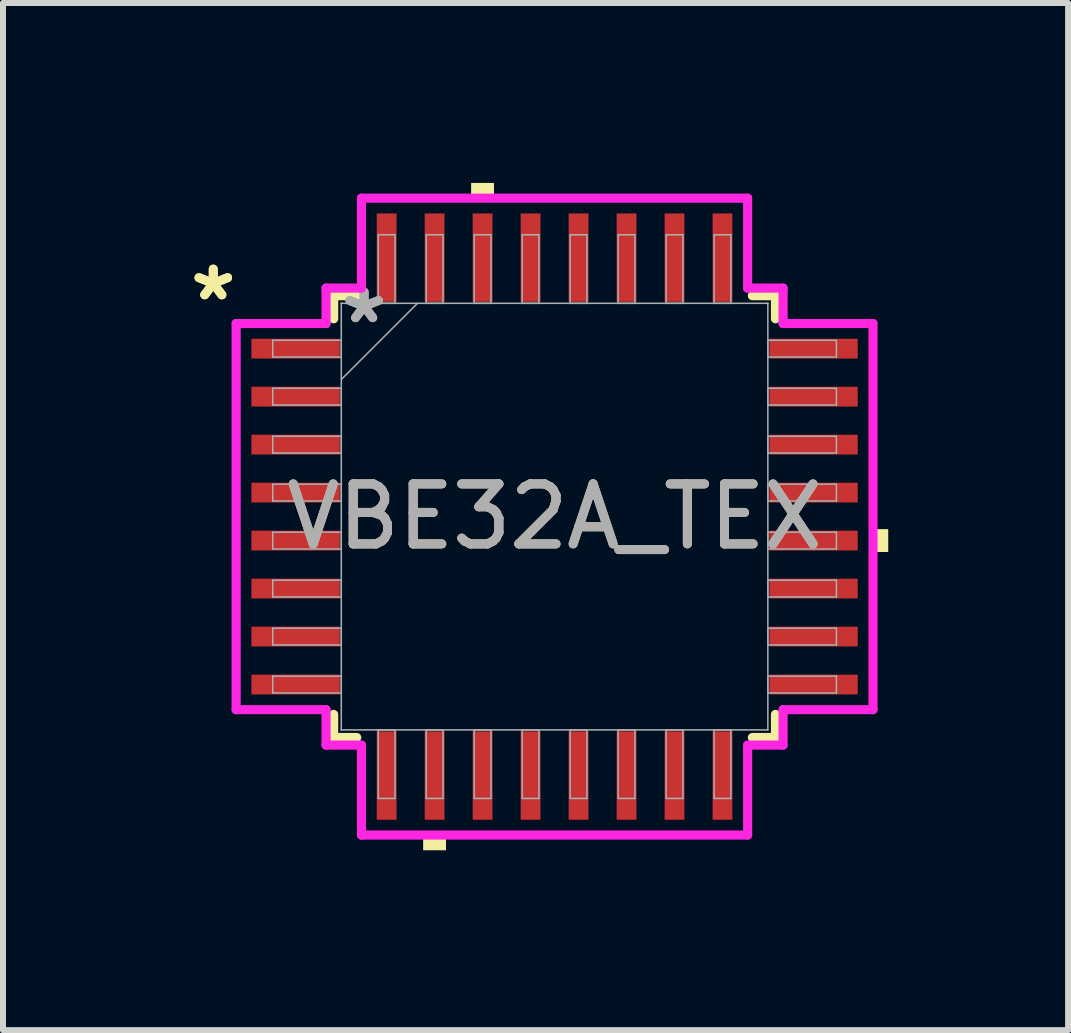
<source format=kicad_pcb>
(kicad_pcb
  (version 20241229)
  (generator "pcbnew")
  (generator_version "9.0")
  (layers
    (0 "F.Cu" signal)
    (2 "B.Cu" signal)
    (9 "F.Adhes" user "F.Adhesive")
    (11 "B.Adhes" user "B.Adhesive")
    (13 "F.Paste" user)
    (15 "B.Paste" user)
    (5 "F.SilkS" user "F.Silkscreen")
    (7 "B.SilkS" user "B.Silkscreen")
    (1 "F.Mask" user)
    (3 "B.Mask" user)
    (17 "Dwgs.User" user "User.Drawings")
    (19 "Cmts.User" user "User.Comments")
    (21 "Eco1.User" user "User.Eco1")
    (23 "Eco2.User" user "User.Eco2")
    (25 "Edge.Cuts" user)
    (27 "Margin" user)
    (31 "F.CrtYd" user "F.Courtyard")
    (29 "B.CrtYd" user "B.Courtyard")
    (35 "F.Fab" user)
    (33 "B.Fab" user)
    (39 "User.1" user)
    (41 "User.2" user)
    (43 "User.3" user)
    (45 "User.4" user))
  (footprint "VBE32A_TEX"
    (layer "F.Cu")
    (at 6.196 5.563)
    (property "Reference" "VBE32A_TEX" (at 0 0 0) (unlocked yes) (layer "F.SilkS") (effects (font (size 1 1) (thickness 0.15))))
    (attr smd)
    (fp_line (start -3.683 -3.683) (end -3.683 -3.298) (stroke (width 0.152) (type solid)) (layer "F.SilkS"))
    (fp_line (start -3.683 3.298) (end -3.683 3.683) (stroke (width 0.152) (type solid)) (layer "F.SilkS"))
    (fp_line (start -3.683 3.683) (end -3.298 3.683) (stroke (width 0.152) (type solid)) (layer "F.SilkS"))
    (fp_line (start -3.298 -3.683) (end -3.683 -3.683) (stroke (width 0.152) (type solid)) (layer "F.SilkS"))
    (fp_line (start 3.298 3.683) (end 3.683 3.683) (stroke (width 0.152) (type solid)) (layer "F.SilkS"))
    (fp_line (start 3.683 -3.683) (end 3.298 -3.683) (stroke (width 0.152) (type solid)) (layer "F.SilkS"))
    (fp_line (start 3.683 -3.298) (end 3.683 -3.683) (stroke (width 0.152) (type solid)) (layer "F.SilkS"))
    (fp_line (start 3.683 3.683) (end 3.683 3.298) (stroke (width 0.152) (type solid)) (layer "F.SilkS"))
    (fp_poly (pts (xy -2.191 5.309) (xy -2.191 5.563) (xy -1.81 5.563) (xy -1.81 5.309)) (stroke (width 0) (type solid)) (fill yes) (layer "F.SilkS"))
    (fp_poly (pts (xy -1.391 -5.309) (xy -1.391 -5.563) (xy -1.01 -5.563) (xy -1.01 -5.309)) (stroke (width 0) (type solid)) (fill yes) (layer "F.SilkS"))
    (fp_poly (pts (xy 5.563 0.209) (xy 5.563 0.59) (xy 5.309 0.59) (xy 5.309 0.209)) (stroke (width 0) (type solid)) (fill yes) (layer "F.SilkS"))
    (fp_line (start -5.309 -3.219) (end -3.81 -3.219) (stroke (width 0.152) (type solid)) (layer "F.CrtYd"))
    (fp_line (start -5.309 3.219) (end -5.309 -3.219) (stroke (width 0.152) (type solid)) (layer "F.CrtYd"))
    (fp_line (start -3.81 -3.81) (end -3.219 -3.81) (stroke (width 0.152) (type solid)) (layer "F.CrtYd"))
    (fp_line (start -3.81 -3.219) (end -3.81 -3.81) (stroke (width 0.152) (type solid)) (layer "F.CrtYd"))
    (fp_line (start -3.81 3.219) (end -5.309 3.219) (stroke (width 0.152) (type solid)) (layer "F.CrtYd"))
    (fp_line (start -3.81 3.81) (end -3.81 3.219) (stroke (width 0.152) (type solid)) (layer "F.CrtYd"))
    (fp_line (start -3.81 3.81) (end -3.219 3.81) (stroke (width 0.152) (type solid)) (layer "F.CrtYd"))
    (fp_line (start -3.219 -5.309) (end 3.219 -5.309) (stroke (width 0.152) (type solid)) (layer "F.CrtYd"))
    (fp_line (start -3.219 -3.81) (end -3.219 -5.309) (stroke (width 0.152) (type solid)) (layer "F.CrtYd"))
    (fp_line (start -3.219 3.81) (end -3.219 5.309) (stroke (width 0.152) (type solid)) (layer "F.CrtYd"))
    (fp_line (start -3.219 5.309) (end 3.219 5.309) (stroke (width 0.152) (type solid)) (layer "F.CrtYd"))
    (fp_line (start 3.219 -5.309) (end 3.219 -3.81) (stroke (width 0.152) (type solid)) (layer "F.CrtYd"))
    (fp_line (start 3.219 -3.81) (end 3.81 -3.81) (stroke (width 0.152) (type solid)) (layer "F.CrtYd"))
    (fp_line (start 3.219 3.81) (end 3.81 3.81) (stroke (width 0.152) (type solid)) (layer "F.CrtYd"))
    (fp_line (start 3.219 5.309) (end 3.219 3.81) (stroke (width 0.152) (type solid)) (layer "F.CrtYd"))
    (fp_line (start 3.81 -3.219) (end 3.81 -3.81) (stroke (width 0.152) (type solid)) (layer "F.CrtYd"))
    (fp_line (start 3.81 3.219) (end 5.309 3.219) (stroke (width 0.152) (type solid)) (layer "F.CrtYd"))
    (fp_line (start 3.81 3.81) (end 3.81 3.219) (stroke (width 0.152) (type solid)) (layer "F.CrtYd"))
    (fp_line (start 5.309 -3.219) (end 3.81 -3.219) (stroke (width 0.152) (type solid)) (layer "F.CrtYd"))
    (fp_line (start 5.309 3.219) (end 5.309 -3.219) (stroke (width 0.152) (type solid)) (layer "F.CrtYd"))
    (fp_line (start -4.699 -2.94) (end -4.699 -2.66) (stroke (width 0.025) (type solid)) (layer "F.Fab"))
    (fp_line (start -4.699 -2.66) (end -3.556 -2.66) (stroke (width 0.025) (type solid)) (layer "F.Fab"))
    (fp_line (start -4.699 -2.14) (end -4.699 -1.86) (stroke (width 0.025) (type solid)) (layer "F.Fab"))
    (fp_line (start -4.699 -1.86) (end -3.556 -1.86) (stroke (width 0.025) (type solid)) (layer "F.Fab"))
    (fp_line (start -4.699 -1.34) (end -4.699 -1.06) (stroke (width 0.025) (type solid)) (layer "F.Fab"))
    (fp_line (start -4.699 -1.06) (end -3.556 -1.06) (stroke (width 0.025) (type solid)) (layer "F.Fab"))
    (fp_line (start -4.699 -0.54) (end -4.699 -0.26) (stroke (width 0.025) (type solid)) (layer "F.Fab"))
    (fp_line (start -4.699 -0.26) (end -3.556 -0.26) (stroke (width 0.025) (type solid)) (layer "F.Fab"))
    (fp_line (start -4.699 0.26) (end -4.699 0.54) (stroke (width 0.025) (type solid)) (layer "F.Fab"))
    (fp_line (start -4.699 0.54) (end -3.556 0.54) (stroke (width 0.025) (type solid)) (layer "F.Fab"))
    (fp_line (start -4.699 1.06) (end -4.699 1.34) (stroke (width 0.025) (type solid)) (layer "F.Fab"))
    (fp_line (start -4.699 1.34) (end -3.556 1.34) (stroke (width 0.025) (type solid)) (layer "F.Fab"))
    (fp_line (start -4.699 1.86) (end -4.699 2.14) (stroke (width 0.025) (type solid)) (layer "F.Fab"))
    (fp_line (start -4.699 2.14) (end -3.556 2.14) (stroke (width 0.025) (type solid)) (layer "F.Fab"))
    (fp_line (start -4.699 2.66) (end -4.699 2.94) (stroke (width 0.025) (type solid)) (layer "F.Fab"))
    (fp_line (start -4.699 2.94) (end -3.556 2.94) (stroke (width 0.025) (type solid)) (layer "F.Fab"))
    (fp_line (start -3.556 -3.556) (end -3.556 -3.556) (stroke (width 0.025) (type solid)) (layer "F.Fab"))
    (fp_line (start -3.556 -3.556) (end -3.556 3.556) (stroke (width 0.025) (type solid)) (layer "F.Fab"))
    (fp_line (start -3.556 -2.94) (end -4.699 -2.94) (stroke (width 0.025) (type solid)) (layer "F.Fab"))
    (fp_line (start -3.556 -2.66) (end -3.556 -2.94) (stroke (width 0.025) (type solid)) (layer "F.Fab"))
    (fp_line (start -3.556 -2.286) (end -2.286 -3.556) (stroke (width 0.025) (type solid)) (layer "F.Fab"))
    (fp_line (start -3.556 -2.14) (end -4.699 -2.14) (stroke (width 0.025) (type solid)) (layer "F.Fab"))
    (fp_line (start -3.556 -1.86) (end -3.556 -2.14) (stroke (width 0.025) (type solid)) (layer "F.Fab"))
    (fp_line (start -3.556 -1.34) (end -4.699 -1.34) (stroke (width 0.025) (type solid)) (layer "F.Fab"))
    (fp_line (start -3.556 -1.06) (end -3.556 -1.34) (stroke (width 0.025) (type solid)) (layer "F.Fab"))
    (fp_line (start -3.556 -0.54) (end -4.699 -0.54) (stroke (width 0.025) (type solid)) (layer "F.Fab"))
    (fp_line (start -3.556 -0.26) (end -3.556 -0.54) (stroke (width 0.025) (type solid)) (layer "F.Fab"))
    (fp_line (start -3.556 0.26) (end -4.699 0.26) (stroke (width 0.025) (type solid)) (layer "F.Fab"))
    (fp_line (start -3.556 0.54) (end -3.556 0.26) (stroke (width 0.025) (type solid)) (layer "F.Fab"))
    (fp_line (start -3.556 1.06) (end -4.699 1.06) (stroke (width 0.025) (type solid)) (layer "F.Fab"))
    (fp_line (start -3.556 1.34) (end -3.556 1.06) (stroke (width 0.025) (type solid)) (layer "F.Fab"))
    (fp_line (start -3.556 1.86) (end -4.699 1.86) (stroke (width 0.025) (type solid)) (layer "F.Fab"))
    (fp_line (start -3.556 2.14) (end -3.556 1.86) (stroke (width 0.025) (type solid)) (layer "F.Fab"))
    (fp_line (start -3.556 2.66) (end -4.699 2.66) (stroke (width 0.025) (type solid)) (layer "F.Fab"))
    (fp_line (start -3.556 2.94) (end -3.556 2.66) (stroke (width 0.025) (type solid)) (layer "F.Fab"))
    (fp_line (start -3.556 3.556) (end -3.556 3.556) (stroke (width 0.025) (type solid)) (layer "F.Fab"))
    (fp_line (start -3.556 3.556) (end 3.556 3.556) (stroke (width 0.025) (type solid)) (layer "F.Fab"))
    (fp_line (start -2.94 -4.699) (end -2.94 -3.556) (stroke (width 0.025) (type solid)) (layer "F.Fab"))
    (fp_line (start -2.94 -3.556) (end -2.66 -3.556) (stroke (width 0.025) (type solid)) (layer "F.Fab"))
    (fp_line (start -2.94 3.556) (end -2.94 4.699) (stroke (width 0.025) (type solid)) (layer "F.Fab"))
    (fp_line (start -2.94 4.699) (end -2.66 4.699) (stroke (width 0.025) (type solid)) (layer "F.Fab"))
    (fp_line (start -2.66 -4.699) (end -2.94 -4.699) (stroke (width 0.025) (type solid)) (layer "F.Fab"))
    (fp_line (start -2.66 -3.556) (end -2.66 -4.699) (stroke (width 0.025) (type solid)) (layer "F.Fab"))
    (fp_line (start -2.66 3.556) (end -2.94 3.556) (stroke (width 0.025) (type solid)) (layer "F.Fab"))
    (fp_line (start -2.66 4.699) (end -2.66 3.556) (stroke (width 0.025) (type solid)) (layer "F.Fab"))
    (fp_line (start -2.14 -4.699) (end -2.14 -3.556) (stroke (width 0.025) (type solid)) (layer "F.Fab"))
    (fp_line (start -2.14 -3.556) (end -1.86 -3.556) (stroke (width 0.025) (type solid)) (layer "F.Fab"))
    (fp_line (start -2.14 3.556) (end -2.14 4.699) (stroke (width 0.025) (type solid)) (layer "F.Fab"))
    (fp_line (start -2.14 4.699) (end -1.86 4.699) (stroke (width 0.025) (type solid)) (layer "F.Fab"))
    (fp_line (start -1.86 -4.699) (end -2.14 -4.699) (stroke (width 0.025) (type solid)) (layer "F.Fab"))
    (fp_line (start -1.86 -3.556) (end -1.86 -4.699) (stroke (width 0.025) (type solid)) (layer "F.Fab"))
    (fp_line (start -1.86 3.556) (end -2.14 3.556) (stroke (width 0.025) (type solid)) (layer "F.Fab"))
    (fp_line (start -1.86 4.699) (end -1.86 3.556) (stroke (width 0.025) (type solid)) (layer "F.Fab"))
    (fp_line (start -1.34 -4.699) (end -1.34 -3.556) (stroke (width 0.025) (type solid)) (layer "F.Fab"))
    (fp_line (start -1.34 -3.556) (end -1.06 -3.556) (stroke (width 0.025) (type solid)) (layer "F.Fab"))
    (fp_line (start -1.34 3.556) (end -1.34 4.699) (stroke (width 0.025) (type solid)) (layer "F.Fab"))
    (fp_line (start -1.34 4.699) (end -1.06 4.699) (stroke (width 0.025) (type solid)) (layer "F.Fab"))
    (fp_line (start -1.06 -4.699) (end -1.34 -4.699) (stroke (width 0.025) (type solid)) (layer "F.Fab"))
    (fp_line (start -1.06 -3.556) (end -1.06 -4.699) (stroke (width 0.025) (type solid)) (layer "F.Fab"))
    (fp_line (start -1.06 3.556) (end -1.34 3.556) (stroke (width 0.025) (type solid)) (layer "F.Fab"))
    (fp_line (start -1.06 4.699) (end -1.06 3.556) (stroke (width 0.025) (type solid)) (layer "F.Fab"))
    (fp_line (start -0.54 -4.699) (end -0.54 -3.556) (stroke (width 0.025) (type solid)) (layer "F.Fab"))
    (fp_line (start -0.54 -3.556) (end -0.26 -3.556) (stroke (width 0.025) (type solid)) (layer "F.Fab"))
    (fp_line (start -0.54 3.556) (end -0.54 4.699) (stroke (width 0.025) (type solid)) (layer "F.Fab"))
    (fp_line (start -0.54 4.699) (end -0.26 4.699) (stroke (width 0.025) (type solid)) (layer "F.Fab"))
    (fp_line (start -0.26 -4.699) (end -0.54 -4.699) (stroke (width 0.025) (type solid)) (layer "F.Fab"))
    (fp_line (start -0.26 -3.556) (end -0.26 -4.699) (stroke (width 0.025) (type solid)) (layer "F.Fab"))
    (fp_line (start -0.26 3.556) (end -0.54 3.556) (stroke (width 0.025) (type solid)) (layer "F.Fab"))
    (fp_line (start -0.26 4.699) (end -0.26 3.556) (stroke (width 0.025) (type solid)) (layer "F.Fab"))
    (fp_line (start 0.26 -4.699) (end 0.26 -3.556) (stroke (width 0.025) (type solid)) (layer "F.Fab"))
    (fp_line (start 0.26 -3.556) (end 0.54 -3.556) (stroke (width 0.025) (type solid)) (layer "F.Fab"))
    (fp_line (start 0.26 3.556) (end 0.26 4.699) (stroke (width 0.025) (type solid)) (layer "F.Fab"))
    (fp_line (start 0.26 4.699) (end 0.54 4.699) (stroke (width 0.025) (type solid)) (layer "F.Fab"))
    (fp_line (start 0.54 -4.699) (end 0.26 -4.699) (stroke (width 0.025) (type solid)) (layer "F.Fab"))
    (fp_line (start 0.54 -3.556) (end 0.54 -4.699) (stroke (width 0.025) (type solid)) (layer "F.Fab"))
    (fp_line (start 0.54 3.556) (end 0.26 3.556) (stroke (width 0.025) (type solid)) (layer "F.Fab"))
    (fp_line (start 0.54 4.699) (end 0.54 3.556) (stroke (width 0.025) (type solid)) (layer "F.Fab"))
    (fp_line (start 1.06 -4.699) (end 1.06 -3.556) (stroke (width 0.025) (type solid)) (layer "F.Fab"))
    (fp_line (start 1.06 -3.556) (end 1.34 -3.556) (stroke (width 0.025) (type solid)) (layer "F.Fab"))
    (fp_line (start 1.06 3.556) (end 1.06 4.699) (stroke (width 0.025) (type solid)) (layer "F.Fab"))
    (fp_line (start 1.06 4.699) (end 1.34 4.699) (stroke (width 0.025) (type solid)) (layer "F.Fab"))
    (fp_line (start 1.34 -4.699) (end 1.06 -4.699) (stroke (width 0.025) (type solid)) (layer "F.Fab"))
    (fp_line (start 1.34 -3.556) (end 1.34 -4.699) (stroke (width 0.025) (type solid)) (layer "F.Fab"))
    (fp_line (start 1.34 3.556) (end 1.06 3.556) (stroke (width 0.025) (type solid)) (layer "F.Fab"))
    (fp_line (start 1.34 4.699) (end 1.34 3.556) (stroke (width 0.025) (type solid)) (layer "F.Fab"))
    (fp_line (start 1.86 -4.699) (end 1.86 -3.556) (stroke (width 0.025) (type solid)) (layer "F.Fab"))
    (fp_line (start 1.86 -3.556) (end 2.14 -3.556) (stroke (width 0.025) (type solid)) (layer "F.Fab"))
    (fp_line (start 1.86 3.556) (end 1.86 4.699) (stroke (width 0.025) (type solid)) (layer "F.Fab"))
    (fp_line (start 1.86 4.699) (end 2.14 4.699) (stroke (width 0.025) (type solid)) (layer "F.Fab"))
    (fp_line (start 2.14 -4.699) (end 1.86 -4.699) (stroke (width 0.025) (type solid)) (layer "F.Fab"))
    (fp_line (start 2.14 -3.556) (end 2.14 -4.699) (stroke (width 0.025) (type solid)) (layer "F.Fab"))
    (fp_line (start 2.14 3.556) (end 1.86 3.556) (stroke (width 0.025) (type solid)) (layer "F.Fab"))
    (fp_line (start 2.14 4.699) (end 2.14 3.556) (stroke (width 0.025) (type solid)) (layer "F.Fab"))
    (fp_line (start 2.66 -4.699) (end 2.66 -3.556) (stroke (width 0.025) (type solid)) (layer "F.Fab"))
    (fp_line (start 2.66 -3.556) (end 2.94 -3.556) (stroke (width 0.025) (type solid)) (layer "F.Fab"))
    (fp_line (start 2.66 3.556) (end 2.66 4.699) (stroke (width 0.025) (type solid)) (layer "F.Fab"))
    (fp_line (start 2.66 4.699) (end 2.94 4.699) (stroke (width 0.025) (type solid)) (layer "F.Fab"))
    (fp_line (start 2.94 -4.699) (end 2.66 -4.699) (stroke (width 0.025) (type solid)) (layer "F.Fab"))
    (fp_line (start 2.94 -3.556) (end 2.94 -4.699) (stroke (width 0.025) (type solid)) (layer "F.Fab"))
    (fp_line (start 2.94 3.556) (end 2.66 3.556) (stroke (width 0.025) (type solid)) (layer "F.Fab"))
    (fp_line (start 2.94 4.699) (end 2.94 3.556) (stroke (width 0.025) (type solid)) (layer "F.Fab"))
    (fp_line (start 3.556 -3.556) (end -3.556 -3.556) (stroke (width 0.025) (type solid)) (layer "F.Fab"))
    (fp_line (start 3.556 -3.556) (end 3.556 -3.556) (stroke (width 0.025) (type solid)) (layer "F.Fab"))
    (fp_line (start 3.556 -2.94) (end 3.556 -2.66) (stroke (width 0.025) (type solid)) (layer "F.Fab"))
    (fp_line (start 3.556 -2.66) (end 4.699 -2.66) (stroke (width 0.025) (type solid)) (layer "F.Fab"))
    (fp_line (start 3.556 -2.14) (end 3.556 -1.86) (stroke (width 0.025) (type solid)) (layer "F.Fab"))
    (fp_line (start 3.556 -1.86) (end 4.699 -1.86) (stroke (width 0.025) (type solid)) (layer "F.Fab"))
    (fp_line (start 3.556 -1.34) (end 3.556 -1.06) (stroke (width 0.025) (type solid)) (layer "F.Fab"))
    (fp_line (start 3.556 -1.06) (end 4.699 -1.06) (stroke (width 0.025) (type solid)) (layer "F.Fab"))
    (fp_line (start 3.556 -0.54) (end 3.556 -0.26) (stroke (width 0.025) (type solid)) (layer "F.Fab"))
    (fp_line (start 3.556 -0.26) (end 4.699 -0.26) (stroke (width 0.025) (type solid)) (layer "F.Fab"))
    (fp_line (start 3.556 0.26) (end 3.556 0.54) (stroke (width 0.025) (type solid)) (layer "F.Fab"))
    (fp_line (start 3.556 0.54) (end 4.699 0.54) (stroke (width 0.025) (type solid)) (layer "F.Fab"))
    (fp_line (start 3.556 1.06) (end 3.556 1.34) (stroke (width 0.025) (type solid)) (layer "F.Fab"))
    (fp_line (start 3.556 1.34) (end 4.699 1.34) (stroke (width 0.025) (type solid)) (layer "F.Fab"))
    (fp_line (start 3.556 1.86) (end 3.556 2.14) (stroke (width 0.025) (type solid)) (layer "F.Fab"))
    (fp_line (start 3.556 2.14) (end 4.699 2.14) (stroke (width 0.025) (type solid)) (layer "F.Fab"))
    (fp_line (start 3.556 2.66) (end 3.556 2.94) (stroke (width 0.025) (type solid)) (layer "F.Fab"))
    (fp_line (start 3.556 2.94) (end 4.699 2.94) (stroke (width 0.025) (type solid)) (layer "F.Fab"))
    (fp_line (start 3.556 3.556) (end 3.556 -3.556) (stroke (width 0.025) (type solid)) (layer "F.Fab"))
    (fp_line (start 3.556 3.556) (end 3.556 3.556) (stroke (width 0.025) (type solid)) (layer "F.Fab"))
    (fp_line (start 4.699 -2.94) (end 3.556 -2.94) (stroke (width 0.025) (type solid)) (layer "F.Fab"))
    (fp_line (start 4.699 -2.66) (end 4.699 -2.94) (stroke (width 0.025) (type solid)) (layer "F.Fab"))
    (fp_line (start 4.699 -2.14) (end 3.556 -2.14) (stroke (width 0.025) (type solid)) (layer "F.Fab"))
    (fp_line (start 4.699 -1.86) (end 4.699 -2.14) (stroke (width 0.025) (type solid)) (layer "F.Fab"))
    (fp_line (start 4.699 -1.34) (end 3.556 -1.34) (stroke (width 0.025) (type solid)) (layer "F.Fab"))
    (fp_line (start 4.699 -1.06) (end 4.699 -1.34) (stroke (width 0.025) (type solid)) (layer "F.Fab"))
    (fp_line (start 4.699 -0.54) (end 3.556 -0.54) (stroke (width 0.025) (type solid)) (layer "F.Fab"))
    (fp_line (start 4.699 -0.26) (end 4.699 -0.54) (stroke (width 0.025) (type solid)) (layer "F.Fab"))
    (fp_line (start 4.699 0.26) (end 3.556 0.26) (stroke (width 0.025) (type solid)) (layer "F.Fab"))
    (fp_line (start 4.699 0.54) (end 4.699 0.26) (stroke (width 0.025) (type solid)) (layer "F.Fab"))
    (fp_line (start 4.699 1.06) (end 3.556 1.06) (stroke (width 0.025) (type solid)) (layer "F.Fab"))
    (fp_line (start 4.699 1.34) (end 4.699 1.06) (stroke (width 0.025) (type solid)) (layer "F.Fab"))
    (fp_line (start 4.699 1.86) (end 3.556 1.86) (stroke (width 0.025) (type solid)) (layer "F.Fab"))
    (fp_line (start 4.699 2.14) (end 4.699 1.86) (stroke (width 0.025) (type solid)) (layer "F.Fab"))
    (fp_line (start 4.699 2.66) (end 3.556 2.66) (stroke (width 0.025) (type solid)) (layer "F.Fab"))
    (fp_line (start 4.699 2.94) (end 4.699 2.66) (stroke (width 0.025) (type solid)) (layer "F.Fab"))
    (fp_text user "*" (at -5.69 -3.581 0) (unlocked yes) (layer "F.SilkS") (effects (font (size 1 1) (thickness 0.15))))
    (fp_text user "*" (at -5.69 -3.581 0) (layer "F.SilkS") (effects (font (size 1 1) (thickness 0.15))))
    (fp_text user "*" (at -3.175 -3.2 0) (unlocked yes) (layer "F.Fab") (effects (font (size 1 1) (thickness 0.15))))
    (fp_text user "*" (at -3.175 -3.2 0) (layer "F.Fab") (effects (font (size 1 1) (thickness 0.15))))
    (fp_text user "${REFERENCE}" (at 0 0 0) (unlocked yes) (layer "F.Fab") (effects (font (size 1 1) (thickness 0.15))))
    (pad "1" smd rect (at -4.318 -2.8 90) (size 0.33 1.473) (layers "F.Cu" "F.Mask" "F.Paste"))
    (pad "2" smd rect (at -4.318 -2 90) (size 0.33 1.473) (layers "F.Cu" "F.Mask" "F.Paste"))
    (pad "3" smd rect (at -4.318 -1.2 90) (size 0.33 1.473) (layers "F.Cu" "F.Mask" "F.Paste"))
    (pad "4" smd rect (at -4.318 -0.4 90) (size 0.33 1.473) (layers "F.Cu" "F.Mask" "F.Paste"))
    (pad "5" smd rect (at -4.318 0.4 90) (size 0.33 1.473) (layers "F.Cu" "F.Mask" "F.Paste"))
    (pad "6" smd rect (at -4.318 1.2 90) (size 0.33 1.473) (layers "F.Cu" "F.Mask" "F.Paste"))
    (pad "7" smd rect (at -4.318 2 90) (size 0.33 1.473) (layers "F.Cu" "F.Mask" "F.Paste"))
    (pad "8" smd rect (at -4.318 2.8 90) (size 0.33 1.473) (layers "F.Cu" "F.Mask" "F.Paste"))
    (pad "9" smd rect (at -2.8 4.318) (size 0.33 1.473) (layers "F.Cu" "F.Mask" "F.Paste"))
    (pad "10" smd rect (at -2 4.318) (size 0.33 1.473) (layers "F.Cu" "F.Mask" "F.Paste"))
    (pad "11" smd rect (at -1.2 4.318) (size 0.33 1.473) (layers "F.Cu" "F.Mask" "F.Paste"))
    (pad "12" smd rect (at -0.4 4.318) (size 0.33 1.473) (layers "F.Cu" "F.Mask" "F.Paste"))
    (pad "13" smd rect (at 0.4 4.318) (size 0.33 1.473) (layers "F.Cu" "F.Mask" "F.Paste"))
    (pad "14" smd rect (at 1.2 4.318) (size 0.33 1.473) (layers "F.Cu" "F.Mask" "F.Paste"))
    (pad "15" smd rect (at 2 4.318) (size 0.33 1.473) (layers "F.Cu" "F.Mask" "F.Paste"))
    (pad "16" smd rect (at 2.8 4.318) (size 0.33 1.473) (layers "F.Cu" "F.Mask" "F.Paste"))
    (pad "17" smd rect (at 4.318 2.8 90) (size 0.33 1.473) (layers "F.Cu" "F.Mask" "F.Paste"))
    (pad "18" smd rect (at 4.318 2 90) (size 0.33 1.473) (layers "F.Cu" "F.Mask" "F.Paste"))
    (pad "19" smd rect (at 4.318 1.2 90) (size 0.33 1.473) (layers "F.Cu" "F.Mask" "F.Paste"))
    (pad "20" smd rect (at 4.318 0.4 90) (size 0.33 1.473) (layers "F.Cu" "F.Mask" "F.Paste"))
    (pad "21" smd rect (at 4.318 -0.4 90) (size 0.33 1.473) (layers "F.Cu" "F.Mask" "F.Paste"))
    (pad "22" smd rect (at 4.318 -1.2 90) (size 0.33 1.473) (layers "F.Cu" "F.Mask" "F.Paste"))
    (pad "23" smd rect (at 4.318 -2 90) (size 0.33 1.473) (layers "F.Cu" "F.Mask" "F.Paste"))
    (pad "24" smd rect (at 4.318 -2.8 90) (size 0.33 1.473) (layers "F.Cu" "F.Mask" "F.Paste"))
    (pad "25" smd rect (at 2.8 -4.318) (size 0.33 1.473) (layers "F.Cu" "F.Mask" "F.Paste"))
    (pad "26" smd rect (at 2 -4.318) (size 0.33 1.473) (layers "F.Cu" "F.Mask" "F.Paste"))
    (pad "27" smd rect (at 1.2 -4.318) (size 0.33 1.473) (layers "F.Cu" "F.Mask" "F.Paste"))
    (pad "28" smd rect (at 0.4 -4.318) (size 0.33 1.473) (layers "F.Cu" "F.Mask" "F.Paste"))
    (pad "29" smd rect (at -0.4 -4.318) (size 0.33 1.473) (layers "F.Cu" "F.Mask" "F.Paste"))
    (pad "30" smd rect (at -1.2 -4.318) (size 0.33 1.473) (layers "F.Cu" "F.Mask" "F.Paste"))
    (pad "31" smd rect (at -2 -4.318) (size 0.33 1.473) (layers "F.Cu" "F.Mask" "F.Paste"))
    (pad "32" smd rect (at -2.8 -4.318) (size 0.33 1.473) (layers "F.Cu" "F.Mask" "F.Paste")))
  (gr_rect
    (start -3 -3)
    (end 14.758 14.125)
    (stroke (width 0.1) (type default))
    (fill no)
    (layer "Edge.Cuts")))
</source>
